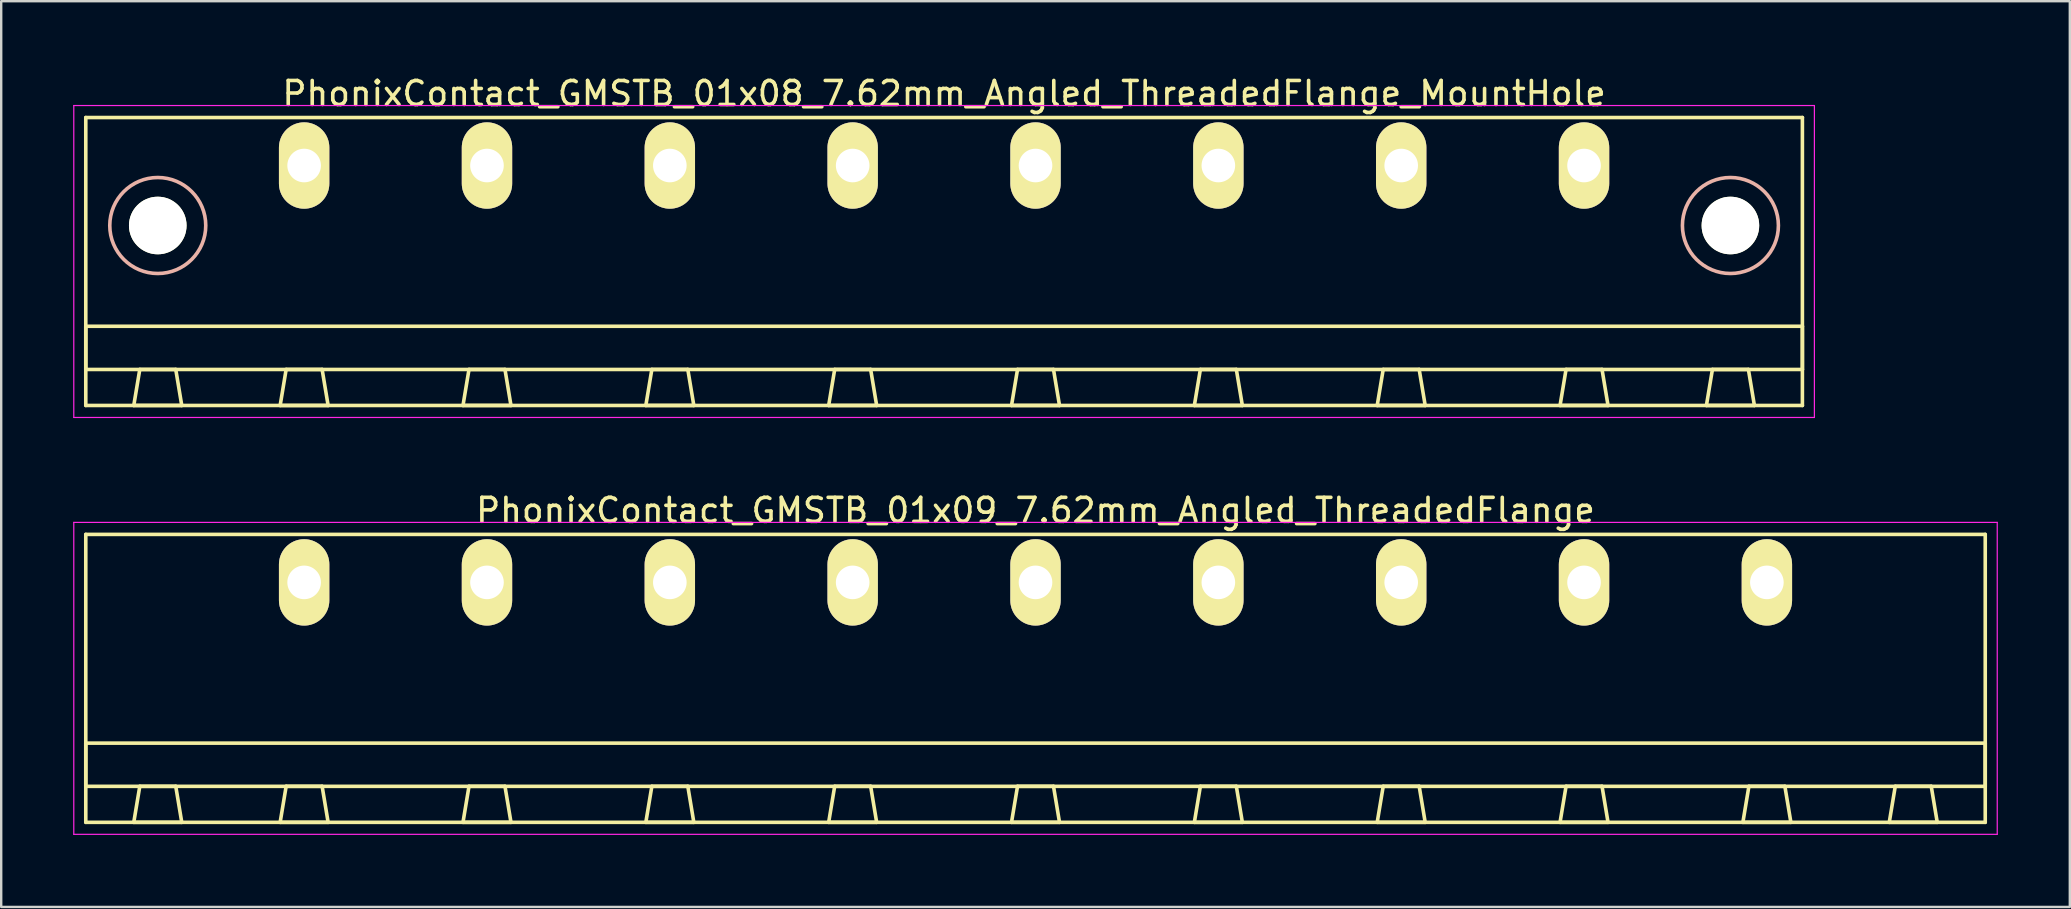
<source format=kicad_pcb>
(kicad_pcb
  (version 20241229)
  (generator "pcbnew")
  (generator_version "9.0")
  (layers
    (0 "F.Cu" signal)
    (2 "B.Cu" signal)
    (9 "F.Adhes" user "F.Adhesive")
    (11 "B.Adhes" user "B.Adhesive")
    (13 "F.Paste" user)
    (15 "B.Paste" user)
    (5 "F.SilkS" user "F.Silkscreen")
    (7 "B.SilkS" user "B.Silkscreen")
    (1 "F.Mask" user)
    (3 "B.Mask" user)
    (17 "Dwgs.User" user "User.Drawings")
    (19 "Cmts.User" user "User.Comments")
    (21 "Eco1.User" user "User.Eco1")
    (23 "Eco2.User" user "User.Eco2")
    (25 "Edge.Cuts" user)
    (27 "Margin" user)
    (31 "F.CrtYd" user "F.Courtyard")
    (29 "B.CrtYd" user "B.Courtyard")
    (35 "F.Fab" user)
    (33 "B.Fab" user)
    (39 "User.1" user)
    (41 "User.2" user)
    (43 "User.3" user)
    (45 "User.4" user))
  (footprint "PhonixContact_GMSTB_01x09_7.62mm_Angled_ThreadedFlange"
    (layer "F.Cu")
    (at 9.625 21.221)
    (property "Reference" "PhonixContact_GMSTB_01x09_7.62mm_Angled_ThreadedFlange" (at 30.48 -3 0) (layer "F.SilkS") (effects (font (size 1 1) (thickness 0.15))))
    (attr through_hole)
    (fp_line (start -9.1 -2) (end -9.1 10) (stroke (width 0.15) (type solid)) (layer "F.SilkS"))
    (fp_line (start -9.1 6.7) (end 70.06 6.7) (stroke (width 0.15) (type solid)) (layer "F.SilkS"))
    (fp_line (start -9.1 8.5) (end -9.1 6.7) (stroke (width 0.15) (type solid)) (layer "F.SilkS"))
    (fp_line (start -9.1 10) (end 70.06 10) (stroke (width 0.15) (type solid)) (layer "F.SilkS"))
    (fp_line (start -7.1 10) (end -5.1 10) (stroke (width 0.15) (type solid)) (layer "F.SilkS"))
    (fp_line (start -6.85 8.5) (end -7.1 10) (stroke (width 0.15) (type solid)) (layer "F.SilkS"))
    (fp_line (start -5.35 8.5) (end -6.85 8.5) (stroke (width 0.15) (type solid)) (layer "F.SilkS"))
    (fp_line (start -5.1 10) (end -5.35 8.5) (stroke (width 0.15) (type solid)) (layer "F.SilkS"))
    (fp_line (start -1 10) (end 1 10) (stroke (width 0.15) (type solid)) (layer "F.SilkS"))
    (fp_line (start -0.75 8.5) (end -1 10) (stroke (width 0.15) (type solid)) (layer "F.SilkS"))
    (fp_line (start 0.75 8.5) (end -0.75 8.5) (stroke (width 0.15) (type solid)) (layer "F.SilkS"))
    (fp_line (start 1 10) (end 0.75 8.5) (stroke (width 0.15) (type solid)) (layer "F.SilkS"))
    (fp_line (start 6.62 10) (end 8.62 10) (stroke (width 0.15) (type solid)) (layer "F.SilkS"))
    (fp_line (start 6.87 8.5) (end 6.62 10) (stroke (width 0.15) (type solid)) (layer "F.SilkS"))
    (fp_line (start 8.37 8.5) (end 6.87 8.5) (stroke (width 0.15) (type solid)) (layer "F.SilkS"))
    (fp_line (start 8.62 10) (end 8.37 8.5) (stroke (width 0.15) (type solid)) (layer "F.SilkS"))
    (fp_line (start 14.24 10) (end 16.24 10) (stroke (width 0.15) (type solid)) (layer "F.SilkS"))
    (fp_line (start 14.49 8.5) (end 14.24 10) (stroke (width 0.15) (type solid)) (layer "F.SilkS"))
    (fp_line (start 15.99 8.5) (end 14.49 8.5) (stroke (width 0.15) (type solid)) (layer "F.SilkS"))
    (fp_line (start 16.24 10) (end 15.99 8.5) (stroke (width 0.15) (type solid)) (layer "F.SilkS"))
    (fp_line (start 21.86 10) (end 23.86 10) (stroke (width 0.15) (type solid)) (layer "F.SilkS"))
    (fp_line (start 22.11 8.5) (end 21.86 10) (stroke (width 0.15) (type solid)) (layer "F.SilkS"))
    (fp_line (start 23.61 8.5) (end 22.11 8.5) (stroke (width 0.15) (type solid)) (layer "F.SilkS"))
    (fp_line (start 23.86 10) (end 23.61 8.5) (stroke (width 0.15) (type solid)) (layer "F.SilkS"))
    (fp_line (start 29.48 10) (end 31.48 10) (stroke (width 0.15) (type solid)) (layer "F.SilkS"))
    (fp_line (start 29.73 8.5) (end 29.48 10) (stroke (width 0.15) (type solid)) (layer "F.SilkS"))
    (fp_line (start 31.23 8.5) (end 29.73 8.5) (stroke (width 0.15) (type solid)) (layer "F.SilkS"))
    (fp_line (start 31.48 10) (end 31.23 8.5) (stroke (width 0.15) (type solid)) (layer "F.SilkS"))
    (fp_line (start 37.1 10) (end 39.1 10) (stroke (width 0.15) (type solid)) (layer "F.SilkS"))
    (fp_line (start 37.35 8.5) (end 37.1 10) (stroke (width 0.15) (type solid)) (layer "F.SilkS"))
    (fp_line (start 38.85 8.5) (end 37.35 8.5) (stroke (width 0.15) (type solid)) (layer "F.SilkS"))
    (fp_line (start 39.1 10) (end 38.85 8.5) (stroke (width 0.15) (type solid)) (layer "F.SilkS"))
    (fp_line (start 44.72 10) (end 46.72 10) (stroke (width 0.15) (type solid)) (layer "F.SilkS"))
    (fp_line (start 44.97 8.5) (end 44.72 10) (stroke (width 0.15) (type solid)) (layer "F.SilkS"))
    (fp_line (start 46.47 8.5) (end 44.97 8.5) (stroke (width 0.15) (type solid)) (layer "F.SilkS"))
    (fp_line (start 46.72 10) (end 46.47 8.5) (stroke (width 0.15) (type solid)) (layer "F.SilkS"))
    (fp_line (start 52.34 10) (end 54.34 10) (stroke (width 0.15) (type solid)) (layer "F.SilkS"))
    (fp_line (start 52.59 8.5) (end 52.34 10) (stroke (width 0.15) (type solid)) (layer "F.SilkS"))
    (fp_line (start 54.09 8.5) (end 52.59 8.5) (stroke (width 0.15) (type solid)) (layer "F.SilkS"))
    (fp_line (start 54.34 10) (end 54.09 8.5) (stroke (width 0.15) (type solid)) (layer "F.SilkS"))
    (fp_line (start 59.96 10) (end 61.96 10) (stroke (width 0.15) (type solid)) (layer "F.SilkS"))
    (fp_line (start 60.21 8.5) (end 59.96 10) (stroke (width 0.15) (type solid)) (layer "F.SilkS"))
    (fp_line (start 61.71 8.5) (end 60.21 8.5) (stroke (width 0.15) (type solid)) (layer "F.SilkS"))
    (fp_line (start 61.96 10) (end 61.71 8.5) (stroke (width 0.15) (type solid)) (layer "F.SilkS"))
    (fp_line (start 66.06 10) (end 68.06 10) (stroke (width 0.15) (type solid)) (layer "F.SilkS"))
    (fp_line (start 66.31 8.5) (end 66.06 10) (stroke (width 0.15) (type solid)) (layer "F.SilkS"))
    (fp_line (start 67.81 8.5) (end 66.31 8.5) (stroke (width 0.15) (type solid)) (layer "F.SilkS"))
    (fp_line (start 68.06 10) (end 67.81 8.5) (stroke (width 0.15) (type solid)) (layer "F.SilkS"))
    (fp_line (start 70.06 -2) (end -9.1 -2) (stroke (width 0.15) (type solid)) (layer "F.SilkS"))
    (fp_line (start 70.06 6.7) (end 70.06 8.5) (stroke (width 0.15) (type solid)) (layer "F.SilkS"))
    (fp_line (start 70.06 8.5) (end -9.1 8.5) (stroke (width 0.15) (type solid)) (layer "F.SilkS"))
    (fp_line (start 70.06 10) (end 70.06 -2) (stroke (width 0.15) (type solid)) (layer "F.SilkS"))
    (fp_line (start -9.6 -2.5) (end -9.6 10.5) (stroke (width 0.05) (type solid)) (layer "F.CrtYd"))
    (fp_line (start -9.6 10.5) (end 70.56 10.5) (stroke (width 0.05) (type solid)) (layer "F.CrtYd"))
    (fp_line (start 70.56 -2.5) (end -9.6 -2.5) (stroke (width 0.05) (type solid)) (layer "F.CrtYd"))
    (fp_line (start 70.56 10.5) (end 70.56 -2.5) (stroke (width 0.05) (type solid)) (layer "F.CrtYd"))
    (pad "1" thru_hole oval (at 0 0) (size 2.1 3.6) (drill 1.4) (layers "*.Cu" "*.Mask" "F.SilkS"))
    (pad "2" thru_hole oval (at 7.62 0) (size 2.1 3.6) (drill 1.4) (layers "*.Cu" "*.Mask" "F.SilkS"))
    (pad "3" thru_hole oval (at 15.24 0) (size 2.1 3.6) (drill 1.4) (layers "*.Cu" "*.Mask" "F.SilkS"))
    (pad "4" thru_hole oval (at 22.86 0) (size 2.1 3.6) (drill 1.4) (layers "*.Cu" "*.Mask" "F.SilkS"))
    (pad "5" thru_hole oval (at 30.48 0) (size 2.1 3.6) (drill 1.4) (layers "*.Cu" "*.Mask" "F.SilkS"))
    (pad "6" thru_hole oval (at 38.1 0) (size 2.1 3.6) (drill 1.4) (layers "*.Cu" "*.Mask" "F.SilkS"))
    (pad "7" thru_hole oval (at 45.72 0) (size 2.1 3.6) (drill 1.4) (layers "*.Cu" "*.Mask" "F.SilkS"))
    (pad "8" thru_hole oval (at 53.34 0) (size 2.1 3.6) (drill 1.4) (layers "*.Cu" "*.Mask" "F.SilkS"))
    (pad "9" thru_hole oval (at 60.96 0) (size 2.1 3.6) (drill 1.4) (layers "*.Cu" "*.Mask" "F.SilkS")))
  (footprint "PhonixContact_GMSTB_01x08_7.62mm_Angled_ThreadedFlange_MountHole"
    (layer "F.Cu")
    (at 9.625 3.848)
    (property "Reference" "PhonixContact_GMSTB_01x08_7.62mm_Angled_ThreadedFlange_MountHole" (at 26.67 -3 0) (layer "F.SilkS") (effects (font (size 1 1) (thickness 0.15))))
    (attr through_hole)
    (fp_line (start -9.1 -2) (end -9.1 10) (stroke (width 0.15) (type solid)) (layer "F.SilkS"))
    (fp_line (start -9.1 6.7) (end 62.44 6.7) (stroke (width 0.15) (type solid)) (layer "F.SilkS"))
    (fp_line (start -9.1 8.5) (end -9.1 6.7) (stroke (width 0.15) (type solid)) (layer "F.SilkS"))
    (fp_line (start -9.1 10) (end 62.44 10) (stroke (width 0.15) (type solid)) (layer "F.SilkS"))
    (fp_line (start -7.1 10) (end -5.1 10) (stroke (width 0.15) (type solid)) (layer "F.SilkS"))
    (fp_line (start -6.85 8.5) (end -7.1 10) (stroke (width 0.15) (type solid)) (layer "F.SilkS"))
    (fp_line (start -5.35 8.5) (end -6.85 8.5) (stroke (width 0.15) (type solid)) (layer "F.SilkS"))
    (fp_line (start -5.1 10) (end -5.35 8.5) (stroke (width 0.15) (type solid)) (layer "F.SilkS"))
    (fp_line (start -1 10) (end 1 10) (stroke (width 0.15) (type solid)) (layer "F.SilkS"))
    (fp_line (start -0.75 8.5) (end -1 10) (stroke (width 0.15) (type solid)) (layer "F.SilkS"))
    (fp_line (start 0.75 8.5) (end -0.75 8.5) (stroke (width 0.15) (type solid)) (layer "F.SilkS"))
    (fp_line (start 1 10) (end 0.75 8.5) (stroke (width 0.15) (type solid)) (layer "F.SilkS"))
    (fp_line (start 6.62 10) (end 8.62 10) (stroke (width 0.15) (type solid)) (layer "F.SilkS"))
    (fp_line (start 6.87 8.5) (end 6.62 10) (stroke (width 0.15) (type solid)) (layer "F.SilkS"))
    (fp_line (start 8.37 8.5) (end 6.87 8.5) (stroke (width 0.15) (type solid)) (layer "F.SilkS"))
    (fp_line (start 8.62 10) (end 8.37 8.5) (stroke (width 0.15) (type solid)) (layer "F.SilkS"))
    (fp_line (start 14.24 10) (end 16.24 10) (stroke (width 0.15) (type solid)) (layer "F.SilkS"))
    (fp_line (start 14.49 8.5) (end 14.24 10) (stroke (width 0.15) (type solid)) (layer "F.SilkS"))
    (fp_line (start 15.99 8.5) (end 14.49 8.5) (stroke (width 0.15) (type solid)) (layer "F.SilkS"))
    (fp_line (start 16.24 10) (end 15.99 8.5) (stroke (width 0.15) (type solid)) (layer "F.SilkS"))
    (fp_line (start 21.86 10) (end 23.86 10) (stroke (width 0.15) (type solid)) (layer "F.SilkS"))
    (fp_line (start 22.11 8.5) (end 21.86 10) (stroke (width 0.15) (type solid)) (layer "F.SilkS"))
    (fp_line (start 23.61 8.5) (end 22.11 8.5) (stroke (width 0.15) (type solid)) (layer "F.SilkS"))
    (fp_line (start 23.86 10) (end 23.61 8.5) (stroke (width 0.15) (type solid)) (layer "F.SilkS"))
    (fp_line (start 29.48 10) (end 31.48 10) (stroke (width 0.15) (type solid)) (layer "F.SilkS"))
    (fp_line (start 29.73 8.5) (end 29.48 10) (stroke (width 0.15) (type solid)) (layer "F.SilkS"))
    (fp_line (start 31.23 8.5) (end 29.73 8.5) (stroke (width 0.15) (type solid)) (layer "F.SilkS"))
    (fp_line (start 31.48 10) (end 31.23 8.5) (stroke (width 0.15) (type solid)) (layer "F.SilkS"))
    (fp_line (start 37.1 10) (end 39.1 10) (stroke (width 0.15) (type solid)) (layer "F.SilkS"))
    (fp_line (start 37.35 8.5) (end 37.1 10) (stroke (width 0.15) (type solid)) (layer "F.SilkS"))
    (fp_line (start 38.85 8.5) (end 37.35 8.5) (stroke (width 0.15) (type solid)) (layer "F.SilkS"))
    (fp_line (start 39.1 10) (end 38.85 8.5) (stroke (width 0.15) (type solid)) (layer "F.SilkS"))
    (fp_line (start 44.72 10) (end 46.72 10) (stroke (width 0.15) (type solid)) (layer "F.SilkS"))
    (fp_line (start 44.97 8.5) (end 44.72 10) (stroke (width 0.15) (type solid)) (layer "F.SilkS"))
    (fp_line (start 46.47 8.5) (end 44.97 8.5) (stroke (width 0.15) (type solid)) (layer "F.SilkS"))
    (fp_line (start 46.72 10) (end 46.47 8.5) (stroke (width 0.15) (type solid)) (layer "F.SilkS"))
    (fp_line (start 52.34 10) (end 54.34 10) (stroke (width 0.15) (type solid)) (layer "F.SilkS"))
    (fp_line (start 52.59 8.5) (end 52.34 10) (stroke (width 0.15) (type solid)) (layer "F.SilkS"))
    (fp_line (start 54.09 8.5) (end 52.59 8.5) (stroke (width 0.15) (type solid)) (layer "F.SilkS"))
    (fp_line (start 54.34 10) (end 54.09 8.5) (stroke (width 0.15) (type solid)) (layer "F.SilkS"))
    (fp_line (start 58.44 10) (end 60.44 10) (stroke (width 0.15) (type solid)) (layer "F.SilkS"))
    (fp_line (start 58.69 8.5) (end 58.44 10) (stroke (width 0.15) (type solid)) (layer "F.SilkS"))
    (fp_line (start 60.19 8.5) (end 58.69 8.5) (stroke (width 0.15) (type solid)) (layer "F.SilkS"))
    (fp_line (start 60.44 10) (end 60.19 8.5) (stroke (width 0.15) (type solid)) (layer "F.SilkS"))
    (fp_line (start 62.44 -2) (end -9.1 -2) (stroke (width 0.15) (type solid)) (layer "F.SilkS"))
    (fp_line (start 62.44 6.7) (end 62.44 8.5) (stroke (width 0.15) (type solid)) (layer "F.SilkS"))
    (fp_line (start 62.44 8.5) (end -9.1 8.5) (stroke (width 0.15) (type solid)) (layer "F.SilkS"))
    (fp_line (start 62.44 10) (end 62.44 -2) (stroke (width 0.15) (type solid)) (layer "F.SilkS"))
    (fp_circle (center -6.1 2.5) (end -4.1 2.5) (stroke (width 0.15) (type solid)) (fill no) (layer "B.SilkS"))
    (fp_circle (center 59.44 2.5) (end 61.44 2.5) (stroke (width 0.15) (type solid)) (fill no) (layer "B.SilkS"))
    (fp_line (start -9.6 -2.5) (end -9.6 10.5) (stroke (width 0.05) (type solid)) (layer "F.CrtYd"))
    (fp_line (start -9.6 10.5) (end 62.94 10.5) (stroke (width 0.05) (type solid)) (layer "F.CrtYd"))
    (fp_line (start 62.94 -2.5) (end -9.6 -2.5) (stroke (width 0.05) (type solid)) (layer "F.CrtYd"))
    (fp_line (start 62.94 10.5) (end 62.94 -2.5) (stroke (width 0.05) (type solid)) (layer "F.CrtYd"))
    (pad "" np_thru_hole circle (at -6.1 2.5) (size 2.4 2.4) (drill 2.4) (layers "*.Cu" "*.Mask" "F.SilkS"))
    (pad "" np_thru_hole circle (at 59.44 2.5) (size 2.4 2.4) (drill 2.4) (layers "*.Cu" "*.Mask" "F.SilkS"))
    (pad "1" thru_hole oval (at 0 0) (size 2.1 3.6) (drill 1.4) (layers "*.Cu" "*.Mask" "F.SilkS"))
    (pad "2" thru_hole oval (at 7.62 0) (size 2.1 3.6) (drill 1.4) (layers "*.Cu" "*.Mask" "F.SilkS"))
    (pad "3" thru_hole oval (at 15.24 0) (size 2.1 3.6) (drill 1.4) (layers "*.Cu" "*.Mask" "F.SilkS"))
    (pad "4" thru_hole oval (at 22.86 0) (size 2.1 3.6) (drill 1.4) (layers "*.Cu" "*.Mask" "F.SilkS"))
    (pad "5" thru_hole oval (at 30.48 0) (size 2.1 3.6) (drill 1.4) (layers "*.Cu" "*.Mask" "F.SilkS"))
    (pad "6" thru_hole oval (at 38.1 0) (size 2.1 3.6) (drill 1.4) (layers "*.Cu" "*.Mask" "F.SilkS"))
    (pad "7" thru_hole oval (at 45.72 0) (size 2.1 3.6) (drill 1.4) (layers "*.Cu" "*.Mask" "F.SilkS"))
    (pad "8" thru_hole oval (at 53.34 0) (size 2.1 3.6) (drill 1.4) (layers "*.Cu" "*.Mask" "F.SilkS")))
  (gr_rect
    (start -3 -3)
    (end 83.21 34.746)
    (stroke (width 0.1) (type default))
    (fill no)
    (layer "Edge.Cuts")))
</source>
